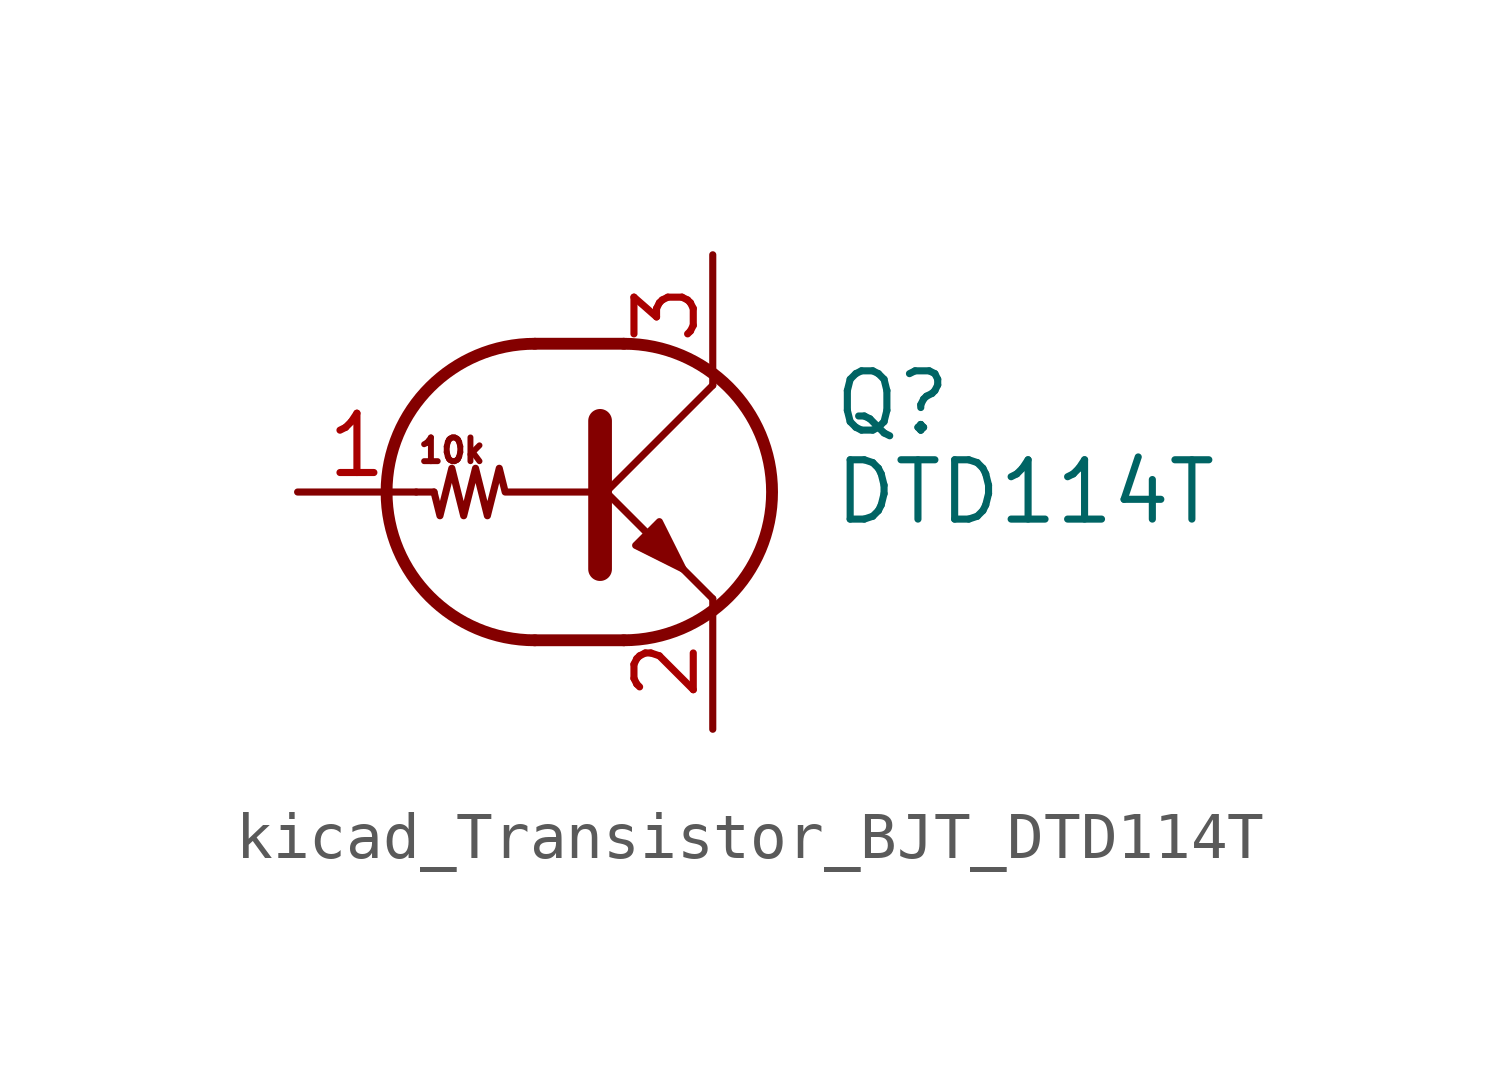
<source format=kicad_sym>
(kicad_symbol_lib
  (version 20220914)
  (generator kicad_symbol_editor)
  (symbol "kicad_Transistor_BJT_DTD114T"
    (pin_names
      (offset 0) hide)
    (property "Reference" "Q"
      (at 5.08 1.905 0)
      (effects (font (size 1.27 1.27)) (justify left)))
    (property "Value" "DTD114T"
      (at 5.08 0 0)
      (effects (font (size 1.27 1.27)) (justify left)))
    (symbol "kicad_Transistor_BJT_DTD114T_0_0"
      (polyline (pts (xy 2.54 -2.286) (xy 2.54 -2.54)) (stroke (width 0) (type default)) (fill (type none)))
      (text "10k" (at -3.048 0.889 0) (effects (font (size 0.508 0.508)))))
    (symbol "kicad_Transistor_BJT_DTD114T_0_1"
      (arc (start -1.27 3.175) (mid -4.4312 0) (end -1.27 -3.175) (stroke (width 0.254) (type default)) (fill (type none)))
      (polyline (pts (xy -3.429 0) (xy -3.81 0)) (stroke (width 0) (type default)) (fill (type none)))
      (polyline (pts (xy -1.27 -3.175) (xy 0.635 -3.175)) (stroke (width 0.254) (type default)) (fill (type none)))
      (polyline (pts (xy -1.27 3.175) (xy 0.635 3.175)) (stroke (width 0.254) (type default)) (fill (type none)))
      (polyline (pts (xy 0 -0.254) (xy 2.54 2.286)) (stroke (width 0) (type default)) (fill (type none)))
      (polyline (pts (xy 0.127 1.524) (xy 0.127 -1.651)) (stroke (width 0.508) (type default)) (fill (type outline)))
      (polyline (pts (xy 2.54 2.286) (xy 2.54 2.54)) (stroke (width 0) (type default)) (fill (type none)))
      (polyline (pts (xy 2.54 -2.286) (xy 0 0.254) (xy 0 0.254)) (stroke (width 0) (type default)) (fill (type none)))
      (polyline (pts (xy 0.889 -1.143) (xy 1.397 -0.635) (xy 1.905 -1.651) (xy 0.889 -1.143)) (stroke (width 0) (type default)) (fill (type outline)))
      (polyline (pts (xy 0 0) (xy -1.905 0) (xy -2.032 0.508) (xy -2.286 -0.508) (xy -2.54 0.508) (xy -2.794 -0.508) (xy -3.048 0.508) (xy -3.302 -0.508) (xy -3.429 0)) (stroke (width 0) (type default)) (fill (type none)))
      (arc (start 0.635 -3.175) (mid 3.7962 0) (end 0.635 3.175) (stroke (width 0.254) (type default)) (fill (type none))))
    (symbol "kicad_Transistor_BJT_DTD114T_1_1"
      (pin input line (at -6.35 0 0) (length 2.54) (name "B" (effects (font (size 1.27 1.27)))) (number "1" (effects (font (size 1.27 1.27)))))
      (pin passive line (at 2.54 -5.08 90) (length 2.54) (name "E" (effects (font (size 1.27 1.27)))) (number "2" (effects (font (size 1.27 1.27)))))
      (pin passive line (at 2.54 5.08 270) (length 2.54) (name "C" (effects (font (size 1.27 1.27)))) (number "3" (effects (font (size 1.27 1.27))))))))
</source>
